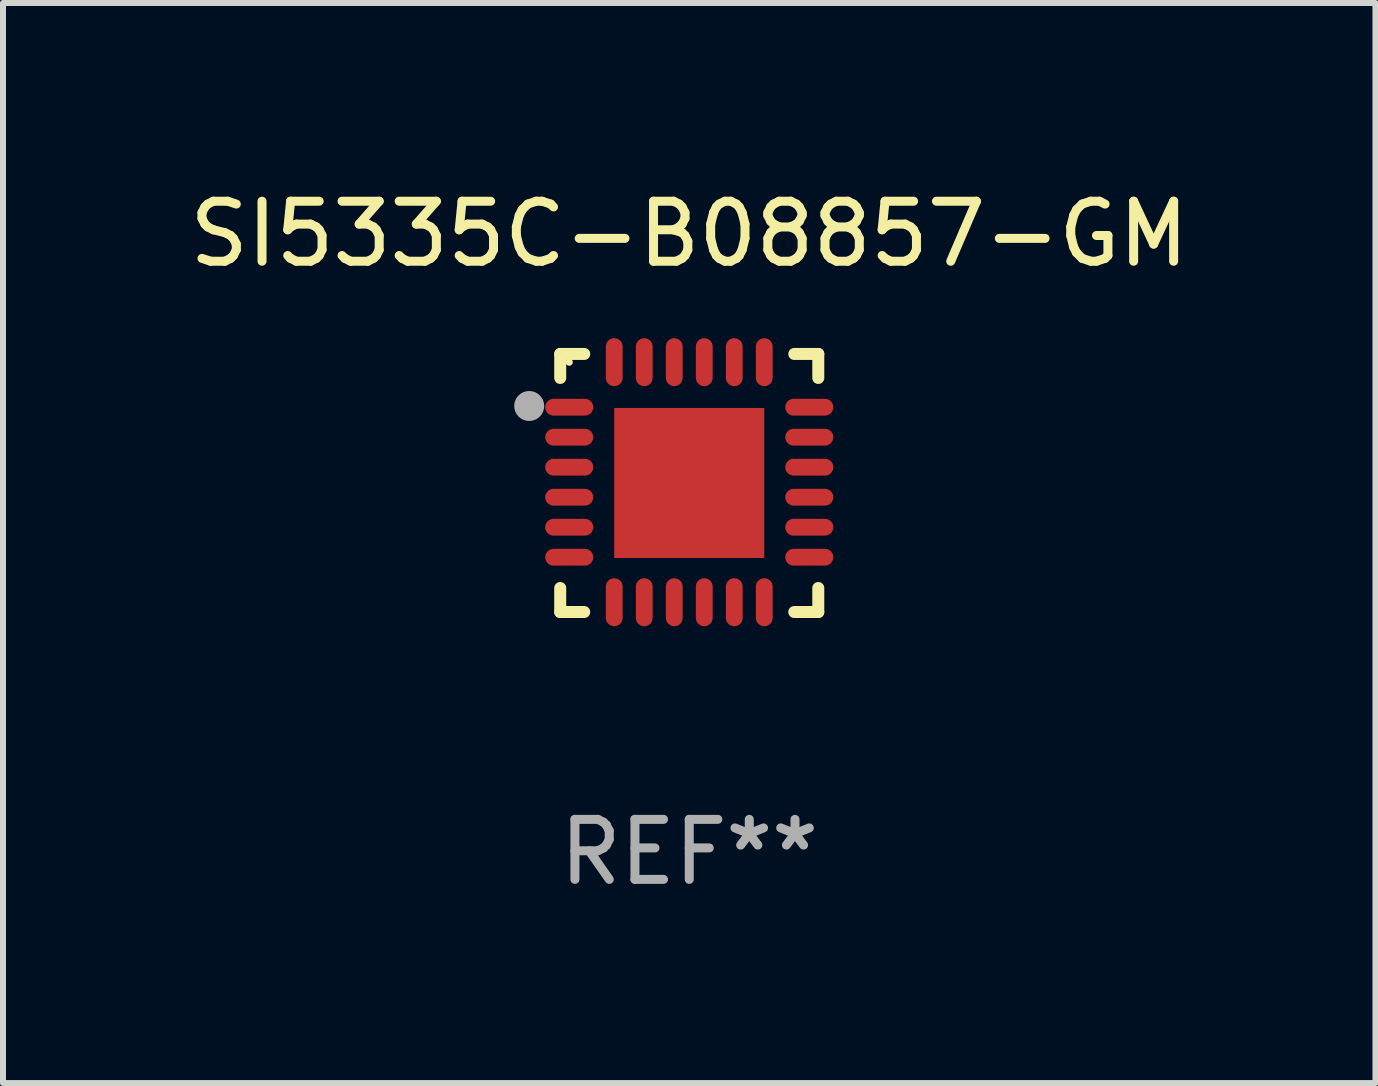
<source format=kicad_pcb>
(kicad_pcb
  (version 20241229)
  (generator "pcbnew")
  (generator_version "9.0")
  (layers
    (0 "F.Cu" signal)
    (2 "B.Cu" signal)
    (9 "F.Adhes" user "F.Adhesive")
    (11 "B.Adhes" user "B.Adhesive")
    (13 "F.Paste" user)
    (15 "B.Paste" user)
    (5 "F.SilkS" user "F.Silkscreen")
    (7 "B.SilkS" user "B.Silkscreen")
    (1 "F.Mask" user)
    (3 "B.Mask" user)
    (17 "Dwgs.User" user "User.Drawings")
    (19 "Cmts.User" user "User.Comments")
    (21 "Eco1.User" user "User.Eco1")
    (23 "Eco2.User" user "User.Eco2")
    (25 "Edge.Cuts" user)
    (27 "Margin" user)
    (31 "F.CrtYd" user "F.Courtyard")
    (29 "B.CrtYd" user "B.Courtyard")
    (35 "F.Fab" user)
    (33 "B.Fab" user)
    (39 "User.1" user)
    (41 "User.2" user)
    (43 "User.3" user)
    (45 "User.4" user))
  (footprint "SI5335C-B08857-GM"
    (layer "F.Cu")
    (at 8.435 4.998)
    (property "Reference" "SI5335C-B08857-GM" (at 0 -4.15 0) (layer "F.SilkS") (effects (font (size 1 1) (thickness 0.15))))
    (attr through_hole)
    (fp_line (start -2.15 -2.15) (end -1.75 -2.15) (stroke (width 0.2) (type solid)) (layer "F.SilkS"))
    (fp_line (start -2.15 -1.75) (end -2.15 -2.15) (stroke (width 0.2) (type solid)) (layer "F.SilkS"))
    (fp_line (start -2.15 2.15) (end -2.15 1.75) (stroke (width 0.2) (type solid)) (layer "F.SilkS"))
    (fp_line (start -1.75 2.15) (end -2.15 2.15) (stroke (width 0.2) (type solid)) (layer "F.SilkS"))
    (fp_line (start 1.75 -2.15) (end 2.15 -2.15) (stroke (width 0.2) (type solid)) (layer "F.SilkS"))
    (fp_line (start 1.75 2.15) (end 2.15 2.15) (stroke (width 0.2) (type solid)) (layer "F.SilkS"))
    (fp_line (start 2.15 -2.15) (end 2.15 -1.75) (stroke (width 0.2) (type solid)) (layer "F.SilkS"))
    (fp_line (start 2.15 2.15) (end 2.15 1.75) (stroke (width 0.2) (type solid)) (layer "F.SilkS"))
    (fp_circle (center -2 -2.013) (end -1.97 -2.013) (stroke (width 0.06) (type solid)) (fill no) (layer "F.SilkS"))
    (fp_circle (center -2.667 -1.283) (end -2.542 -1.283) (stroke (width 0.25) (type solid)) (fill no) (layer "F.Fab"))
    (fp_text user "REF**" (at 0 6.15 0) (layer "F.Fab") (effects (font (size 1 1) (thickness 0.15))))
    (pad "1" smd oval (at -2 -1.263) (size 0.8 0.28) (layers "F.Cu" "F.Mask" "F.Paste"))
    (pad "2" smd oval (at -2 -0.763) (size 0.8 0.28) (layers "F.Cu" "F.Mask" "F.Paste"))
    (pad "3" smd oval (at -2 -0.263) (size 0.8 0.28) (layers "F.Cu" "F.Mask" "F.Paste"))
    (pad "4" smd oval (at -2 0.237) (size 0.8 0.28) (layers "F.Cu" "F.Mask" "F.Paste"))
    (pad "5" smd oval (at -2 0.737) (size 0.8 0.28) (layers "F.Cu" "F.Mask" "F.Paste"))
    (pad "6" smd oval (at -2 1.237) (size 0.8 0.28) (layers "F.Cu" "F.Mask" "F.Paste"))
    (pad "7" smd oval (at -1.25 1.987) (size 0.28 0.8) (layers "F.Cu" "F.Mask" "F.Paste"))
    (pad "8" smd oval (at -0.75 1.987) (size 0.28 0.8) (layers "F.Cu" "F.Mask" "F.Paste"))
    (pad "9" smd oval (at -0.25 1.987) (size 0.28 0.8) (layers "F.Cu" "F.Mask" "F.Paste"))
    (pad "10" smd oval (at 0.25 1.987) (size 0.28 0.8) (layers "F.Cu" "F.Mask" "F.Paste"))
    (pad "11" smd oval (at 0.75 1.987) (size 0.28 0.8) (layers "F.Cu" "F.Mask" "F.Paste"))
    (pad "12" smd oval (at 1.25 1.987) (size 0.28 0.8) (layers "F.Cu" "F.Mask" "F.Paste"))
    (pad "13" smd oval (at 2 1.237) (size 0.8 0.28) (layers "F.Cu" "F.Mask" "F.Paste"))
    (pad "14" smd oval (at 2 0.737) (size 0.8 0.28) (layers "F.Cu" "F.Mask" "F.Paste"))
    (pad "15" smd oval (at 2 0.237) (size 0.8 0.28) (layers "F.Cu" "F.Mask" "F.Paste"))
    (pad "16" smd oval (at 2 -0.263) (size 0.8 0.28) (layers "F.Cu" "F.Mask" "F.Paste"))
    (pad "17" smd oval (at 2 -0.763) (size 0.8 0.28) (layers "F.Cu" "F.Mask" "F.Paste"))
    (pad "18" smd oval (at 2 -1.263) (size 0.8 0.28) (layers "F.Cu" "F.Mask" "F.Paste"))
    (pad "19" smd oval (at 1.25 -2.013) (size 0.28 0.8) (layers "F.Cu" "F.Mask" "F.Paste"))
    (pad "20" smd oval (at 0.75 -2.013) (size 0.28 0.8) (layers "F.Cu" "F.Mask" "F.Paste"))
    (pad "21" smd oval (at 0.25 -2.013) (size 0.28 0.8) (layers "F.Cu" "F.Mask" "F.Paste"))
    (pad "22" smd oval (at -0.25 -2.013) (size 0.28 0.8) (layers "F.Cu" "F.Mask" "F.Paste"))
    (pad "23" smd oval (at -0.75 -2.013) (size 0.28 0.8) (layers "F.Cu" "F.Mask" "F.Paste"))
    (pad "24" smd oval (at -1.25 -2.013) (size 0.28 0.8) (layers "F.Cu" "F.Mask" "F.Paste"))
    (pad "25" smd rect (at -0.000127 -0.00014) (size 2.5 2.5) (layers "F.Cu" "F.Mask" "F.Paste")))
  (gr_rect
    (start -3 -3)
    (end 19.869 14.997)
    (stroke (width 0.1) (type default))
    (fill no)
    (layer "Edge.Cuts")))
</source>
